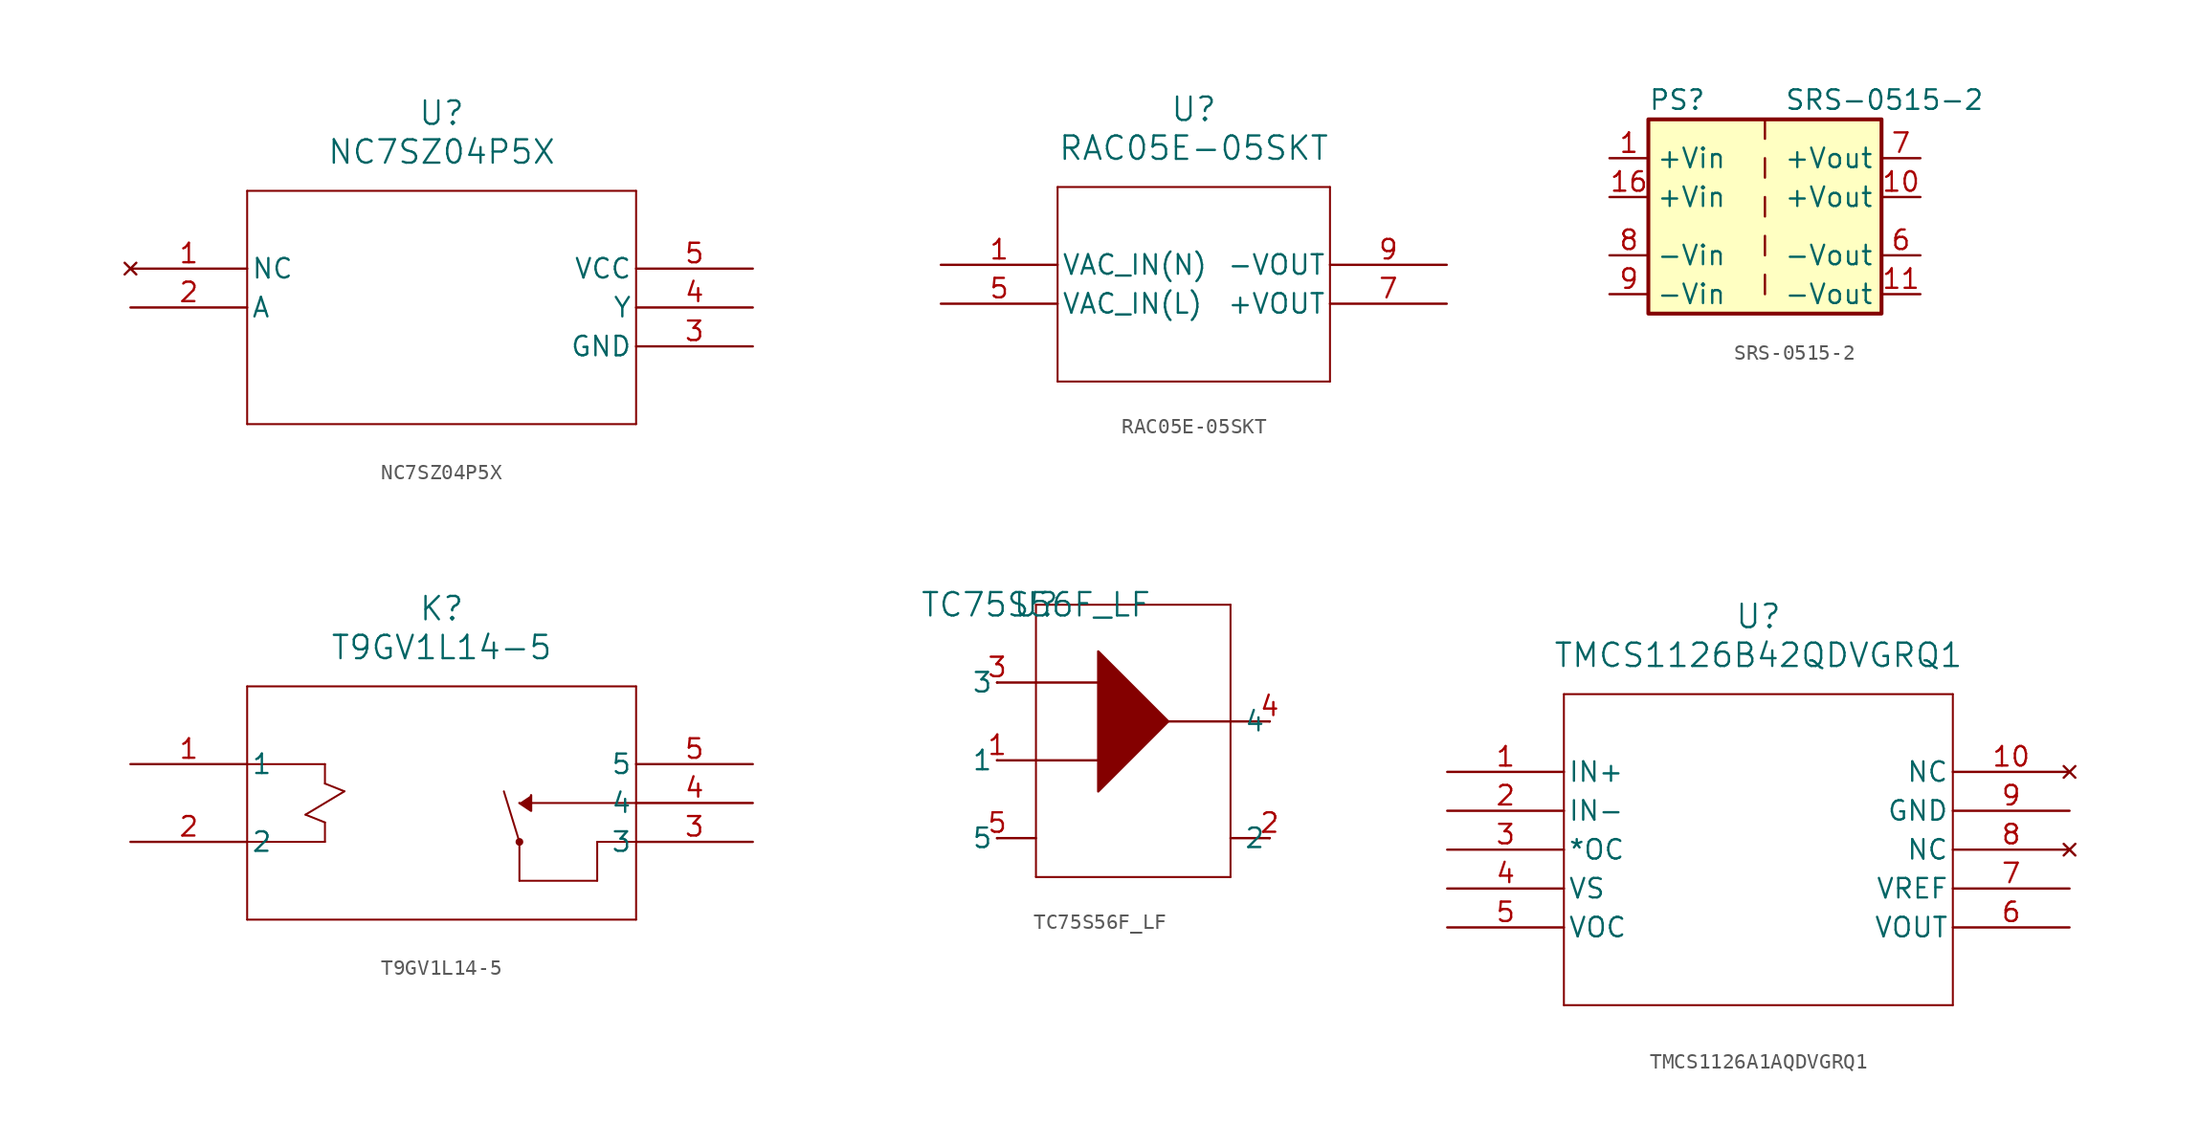
<source format=kicad_sym>
(kicad_symbol_lib
  (version 20241209)
  (generator "kicad_symbol_editor")
  (generator_version "9.0")
  (symbol "NC7SZ04P5X"
    (pin_names
      (offset 0.254))
    (property "Reference" "U"
      (at 20.32 10.16 0)
      (effects (font (size 1.524 1.524))))
    (property "Value" "NC7SZ04P5X"
      (at 20.32 7.62 0)
      (effects (font (size 1.524 1.524))))
    (symbol "NC7SZ04P5X_0_1"
      (polyline (pts (xy 7.62 5.08) (xy 7.62 -10.16)) (stroke (width 0.127) (type default)) (fill (type none)))
      (polyline (pts (xy 7.62 -10.16) (xy 33.02 -10.16)) (stroke (width 0.127) (type default)) (fill (type none)))
      (polyline (pts (xy 33.02 5.08) (xy 7.62 5.08)) (stroke (width 0.127) (type default)) (fill (type none)))
      (polyline (pts (xy 33.02 -10.16) (xy 33.02 5.08)) (stroke (width 0.127) (type default)) (fill (type none)))
      (pin no_connect line (at 0 0 0) (length 7.62) (name "NC" (effects (font (size 1.27 1.27)))) (number "1" (effects (font (size 1.27 1.27)))))
      (pin unspecified line (at 0 -2.54 0) (length 7.62) (name "A" (effects (font (size 1.27 1.27)))) (number "2" (effects (font (size 1.27 1.27)))))
      (pin power_in line (at 40.64 0 180) (length 7.62) (name "VCC" (effects (font (size 1.27 1.27)))) (number "5" (effects (font (size 1.27 1.27)))))
      (pin unspecified line (at 40.64 -2.54 180) (length 7.62) (name "Y" (effects (font (size 1.27 1.27)))) (number "4" (effects (font (size 1.27 1.27)))))
      (pin power_out line (at 40.64 -5.08 180) (length 7.62) (name "GND" (effects (font (size 1.27 1.27)))) (number "3" (effects (font (size 1.27 1.27)))))))
  (symbol "RAC05E-05SKT"
    (pin_names
      (offset 0.254))
    (property "Reference" "U"
      (at 25.4 10.16 0)
      (effects (font (size 1.524 1.524))))
    (property "Value" "RAC05E-05SKT"
      (at 25.4 7.62 0)
      (effects (font (size 1.524 1.524))))
    (property "ki_locked" ""
      (at 0 0 0)
      (effects (font (size 1.27 1.27))))
    (symbol "RAC05E-05SKT_0_1"
      (polyline (pts (xy 16.51 5.08) (xy 16.51 -7.62)) (stroke (width 0.127) (type default)) (fill (type none)))
      (polyline (pts (xy 16.51 -7.62) (xy 34.29 -7.62)) (stroke (width 0.127) (type default)) (fill (type none)))
      (polyline (pts (xy 34.29 5.08) (xy 16.51 5.08)) (stroke (width 0.127) (type default)) (fill (type none)))
      (polyline (pts (xy 34.29 -7.62) (xy 34.29 5.08)) (stroke (width 0.127) (type default)) (fill (type none)))
      (pin power_in line (at 8.89 0 0) (length 7.62) (name "VAC_IN(N)" (effects (font (size 1.27 1.27)))) (number "1" (effects (font (size 1.27 1.27)))))
      (pin power_in line (at 8.89 -2.54 0) (length 7.62) (name "VAC_IN(L)" (effects (font (size 1.27 1.27)))) (number "5" (effects (font (size 1.27 1.27)))))
      (pin output line (at 41.91 0 180) (length 7.62) (name "-VOUT" (effects (font (size 1.27 1.27)))) (number "9" (effects (font (size 1.27 1.27)))))
      (pin output line (at 41.91 -2.54 180) (length 7.62) (name "+VOUT" (effects (font (size 1.27 1.27)))) (number "7" (effects (font (size 1.27 1.27)))))))
  (symbol "SRS-0515-2"
    (property "Reference" "PS"
      (at -7.62 6.35 0)
      (effects (font (size 1.27 1.27)) (justify left)))
    (property "Value" "SRS-0515-2"
      (at 1.27 6.35 0)
      (effects (font (size 1.27 1.27)) (justify left)))
    (symbol "SRS-0515-2_0_1"
      (rectangle (start -7.62 5.08) (end 7.62 -7.62) (stroke (width 0.254) (type default)) (fill (type background)))
      (polyline (pts (xy 0 5.08) (xy 0 3.81)) (stroke (width 0) (type default)) (fill (type none)))
      (polyline (pts (xy 0 2.54) (xy 0 1.27)) (stroke (width 0) (type default)) (fill (type none)))
      (polyline (pts (xy 0 0) (xy 0 -1.27)) (stroke (width 0) (type default)) (fill (type none)))
      (polyline (pts (xy 0 -2.54) (xy 0 -3.81)) (stroke (width 0) (type default)) (fill (type none)))
      (polyline (pts (xy 0 -5.08) (xy 0 -6.35)) (stroke (width 0) (type default)) (fill (type none))))
    (symbol "SRS-0515-2_1_0"
      (pin power_in line (at -10.16 2.54 0) (length 2.54) (name "+Vin" (effects (font (size 1.27 1.27)))) (number "1" (effects (font (size 1.27 1.27)))))
      (pin power_in line (at -10.16 0 0) (length 2.54) (name "+Vin" (effects (font (size 1.27 1.27)))) (number "16" (effects (font (size 1.27 1.27)))))
      (pin power_in line (at -10.16 -3.81 0) (length 2.54) (name "-Vin" (effects (font (size 1.27 1.27)))) (number "8" (effects (font (size 1.27 1.27)))))
      (pin power_in line (at -10.16 -6.35 0) (length 2.54) (name "-Vin" (effects (font (size 1.27 1.27)))) (number "9" (effects (font (size 1.27 1.27)))))
      (pin power_out line (at 10.16 2.54 180) (length 2.54) (name "+Vout" (effects (font (size 1.27 1.27)))) (number "7" (effects (font (size 1.27 1.27)))))
      (pin power_out line (at 10.16 0 180) (length 2.54) (name "+Vout" (effects (font (size 1.27 1.27)))) (number "10" (effects (font (size 1.27 1.27)))))
      (pin power_out line (at 10.16 -3.81 180) (length 2.54) (name "-Vout" (effects (font (size 1.27 1.27)))) (number "6" (effects (font (size 1.27 1.27)))))
      (pin power_out line (at 10.16 -6.35 180) (length 2.54) (name "-Vout" (effects (font (size 1.27 1.27)))) (number "11" (effects (font (size 1.27 1.27)))))))
  (symbol "T9GV1L14-5"
    (pin_names
      (offset 0.254))
    (property "Reference" "K"
      (at 20.32 10.16 0)
      (effects (font (size 1.524 1.524))))
    (property "Value" "T9GV1L14-5"
      (at 20.32 7.62 0)
      (effects (font (size 1.524 1.524))))
    (symbol "T9GV1L14-5_0_1"
      (polyline (pts (xy 7.62 5.08) (xy 7.62 -10.16)) (stroke (width 0.127) (type default)) (fill (type none)))
      (polyline (pts (xy 7.62 0) (xy 12.7 0)) (stroke (width 0.127) (type default)) (fill (type none)))
      (polyline (pts (xy 7.62 -5.08) (xy 12.7 -5.08)) (stroke (width 0.127) (type default)) (fill (type none)))
      (polyline (pts (xy 7.62 -10.16) (xy 33.02 -10.16)) (stroke (width 0.127) (type default)) (fill (type none)))
      (polyline (pts (xy 11.43 -3.302) (xy 13.97 -1.778)) (stroke (width 0.127) (type default)) (fill (type none)))
      (polyline (pts (xy 12.7 0) (xy 12.7 -1.27)) (stroke (width 0.127) (type default)) (fill (type none)))
      (polyline (pts (xy 12.7 -1.27) (xy 13.97 -1.778)) (stroke (width 0.127) (type default)) (fill (type none)))
      (polyline (pts (xy 12.7 -3.81) (xy 11.43 -3.302)) (stroke (width 0.127) (type default)) (fill (type none)))
      (polyline (pts (xy 12.7 -3.81) (xy 12.7 -5.08)) (stroke (width 0.127) (type default)) (fill (type none)))
      (polyline (pts (xy 25.4 -2.54) (xy 26.162 -3.048) (xy 26.162 -2.032)) (stroke (width 0) (type default)) (fill (type outline)))
      (polyline (pts (xy 25.4 -5.08) (xy 24.384 -1.778)) (stroke (width 0.127) (type default)) (fill (type none)))
      (circle (center 25.4 -5.08) (radius 0.127) (stroke (width 0.254) (type default)) (fill (type none)))
      (polyline (pts (xy 25.4 -7.62) (xy 25.4 -5.08)) (stroke (width 0.127) (type default)) (fill (type none)))
      (polyline (pts (xy 30.48 -5.08) (xy 30.48 -7.62)) (stroke (width 0.127) (type default)) (fill (type none)))
      (polyline (pts (xy 30.48 -7.62) (xy 25.4 -7.62)) (stroke (width 0.127) (type default)) (fill (type none)))
      (polyline (pts (xy 33.02 5.08) (xy 7.62 5.08)) (stroke (width 0.127) (type default)) (fill (type none)))
      (polyline (pts (xy 33.02 -2.54) (xy 25.908 -2.54)) (stroke (width 0.127) (type default)) (fill (type none)))
      (polyline (pts (xy 33.02 -5.08) (xy 30.48 -5.08)) (stroke (width 0.127) (type default)) (fill (type none)))
      (polyline (pts (xy 33.02 -10.16) (xy 33.02 5.08)) (stroke (width 0.127) (type default)) (fill (type none)))
      (pin unspecified line (at 0 0 0) (length 7.62) (name "1" (effects (font (size 1.27 1.27)))) (number "1" (effects (font (size 1.27 1.27)))))
      (pin unspecified line (at 0 -5.08 0) (length 7.62) (name "2" (effects (font (size 1.27 1.27)))) (number "2" (effects (font (size 1.27 1.27)))))
      (pin unspecified line (at 40.64 0 180) (length 7.62) (name "5" (effects (font (size 1.27 1.27)))) (number "5" (effects (font (size 1.27 1.27)))))
      (pin unspecified line (at 40.64 -2.54 180) (length 7.62) (name "4" (effects (font (size 1.27 1.27)))) (number "4" (effects (font (size 1.27 1.27)))))
      (pin unspecified line (at 40.64 -5.08 180) (length 7.62) (name "3" (effects (font (size 1.27 1.27)))) (number "3" (effects (font (size 1.27 1.27)))))))
  (symbol "TC75S56F_LF"
    (pin_names
      (offset 0.254))
    (property "Reference" "U"
      (at 0 0 0)
      (effects (font (size 1.524 1.524))))
    (property "Value" "TC75S56F_LF"
      (at 0 0 0)
      (effects (font (size 1.524 1.524))))
    (symbol "TC75S56F_LF_0_1"
      (polyline (pts (xy -2.54 -5.08) (xy 0 -5.08)) (stroke (width 0) (type default)) (fill (type none)))
      (polyline (pts (xy -2.54 -10.16) (xy 0 -10.16)) (stroke (width 0) (type default)) (fill (type none)))
      (polyline (pts (xy -2.54 -15.24) (xy 0 -15.24)) (stroke (width 0) (type default)) (fill (type none)))
      (polyline (pts (xy 0 0) (xy 12.7 0)) (stroke (width 0.127) (type default)) (fill (type none)))
      (polyline (pts (xy 0 -10.16) (xy 4.064 -10.16)) (stroke (width 0) (type default)) (fill (type none)))
      (polyline (pts (xy 0 -17.78) (xy 0 0)) (stroke (width 0.127) (type default)) (fill (type none)))
      (polyline (pts (xy 4.064 -3.048) (xy 4.064 -12.192) (xy 8.636 -7.62) (xy 4.064 -3.048)) (stroke (width 0) (type default)) (fill (type outline)))
      (polyline (pts (xy 4.064 -5.08) (xy 0 -5.08)) (stroke (width 0) (type default)) (fill (type none)))
      (polyline (pts (xy 4.572 -5.08) (xy 5.08 -5.08)) (stroke (width 0) (type default)) (fill (type none)))
      (polyline (pts (xy 4.572 -10.16) (xy 5.08 -10.16)) (stroke (width 0) (type default)) (fill (type none)))
      (polyline (pts (xy 4.826 -5.334) (xy 4.826 -4.826)) (stroke (width 0) (type default)) (fill (type none)))
      (polyline (pts (xy 8.636 -7.62) (xy 12.7 -7.62)) (stroke (width 0) (type default)) (fill (type none)))
      (polyline (pts (xy 12.7 0) (xy 12.7 -17.78)) (stroke (width 0.127) (type default)) (fill (type none)))
      (polyline (pts (xy 12.7 -17.78) (xy 0 -17.78)) (stroke (width 0.127) (type default)) (fill (type none)))
      (polyline (pts (xy 15.24 -7.62) (xy 12.7 -7.62)) (stroke (width 0) (type default)) (fill (type none)))
      (polyline (pts (xy 15.24 -15.24) (xy 12.7 -15.24)) (stroke (width 0) (type default)) (fill (type none)))
      (pin unspecified line (at -2.515 -5.08 180) (length 0.025) (name "3" (effects (font (size 1.27 1.27)))) (number "3" (effects (font (size 1.27 1.27)))))
      (pin unspecified line (at -2.515 -10.16 180) (length 0.025) (name "1" (effects (font (size 1.27 1.27)))) (number "1" (effects (font (size 1.27 1.27)))))
      (pin unspecified line (at -2.515 -15.24 180) (length 0.025) (name "5" (effects (font (size 1.27 1.27)))) (number "5" (effects (font (size 1.27 1.27)))))
      (pin unspecified line (at 15.265 -7.62 180) (length 0.025) (name "4" (effects (font (size 1.27 1.27)))) (number "4" (effects (font (size 1.27 1.27)))))
      (pin unspecified line (at 15.265 -15.24 180) (length 0.025) (name "2" (effects (font (size 1.27 1.27)))) (number "2" (effects (font (size 1.27 1.27)))))))
  (symbol "TMCS1126A1AQDVGRQ1"
    (pin_names
      (offset 0.254))
    (property "Reference" "U"
      (at 20.32 10.16 0)
      (effects (font (size 1.524 1.524))))
    (property "Value" "TMCS1126B42QDVGRQ1"
      (at 20.32 7.62 0)
      (effects (font (size 1.524 1.524))))
    (symbol "TMCS1126A1AQDVGRQ1_0_1"
      (polyline (pts (xy 7.62 5.08) (xy 7.62 -15.24)) (stroke (width 0.127) (type default)) (fill (type none)))
      (polyline (pts (xy 7.62 -15.24) (xy 33.02 -15.24)) (stroke (width 0.127) (type default)) (fill (type none)))
      (polyline (pts (xy 33.02 5.08) (xy 7.62 5.08)) (stroke (width 0.127) (type default)) (fill (type none)))
      (polyline (pts (xy 33.02 -15.24) (xy 33.02 5.08)) (stroke (width 0.127) (type default)) (fill (type none)))
      (pin input line (at 0 0 0) (length 7.62) (name "IN+" (effects (font (size 1.27 1.27)))) (number "1" (effects (font (size 1.27 1.27)))))
      (pin input line (at 0 -2.54 0) (length 7.62) (name "IN-" (effects (font (size 1.27 1.27)))) (number "2" (effects (font (size 1.27 1.27)))))
      (pin output line (at 0 -5.08 0) (length 7.62) (name "*OC" (effects (font (size 1.27 1.27)))) (number "3" (effects (font (size 1.27 1.27)))))
      (pin power_in line (at 0 -7.62 0) (length 7.62) (name "VS" (effects (font (size 1.27 1.27)))) (number "4" (effects (font (size 1.27 1.27)))))
      (pin input line (at 0 -10.16 0) (length 7.62) (name "VOC" (effects (font (size 1.27 1.27)))) (number "5" (effects (font (size 1.27 1.27)))))
      (pin no_connect line (at 40.64 0 180) (length 7.62) (name "NC" (effects (font (size 1.27 1.27)))) (number "10" (effects (font (size 1.27 1.27)))))
      (pin power_out line (at 40.64 -2.54 180) (length 7.62) (name "GND" (effects (font (size 1.27 1.27)))) (number "9" (effects (font (size 1.27 1.27)))))
      (pin no_connect line (at 40.64 -5.08 180) (length 7.62) (name "NC" (effects (font (size 1.27 1.27)))) (number "8" (effects (font (size 1.27 1.27)))))
      (pin output line (at 40.64 -7.62 180) (length 7.62) (name "VREF" (effects (font (size 1.27 1.27)))) (number "7" (effects (font (size 1.27 1.27)))))
      (pin output line (at 40.64 -10.16 180) (length 7.62) (name "VOUT" (effects (font (size 1.27 1.27)))) (number "6" (effects (font (size 1.27 1.27))))))))
</source>
